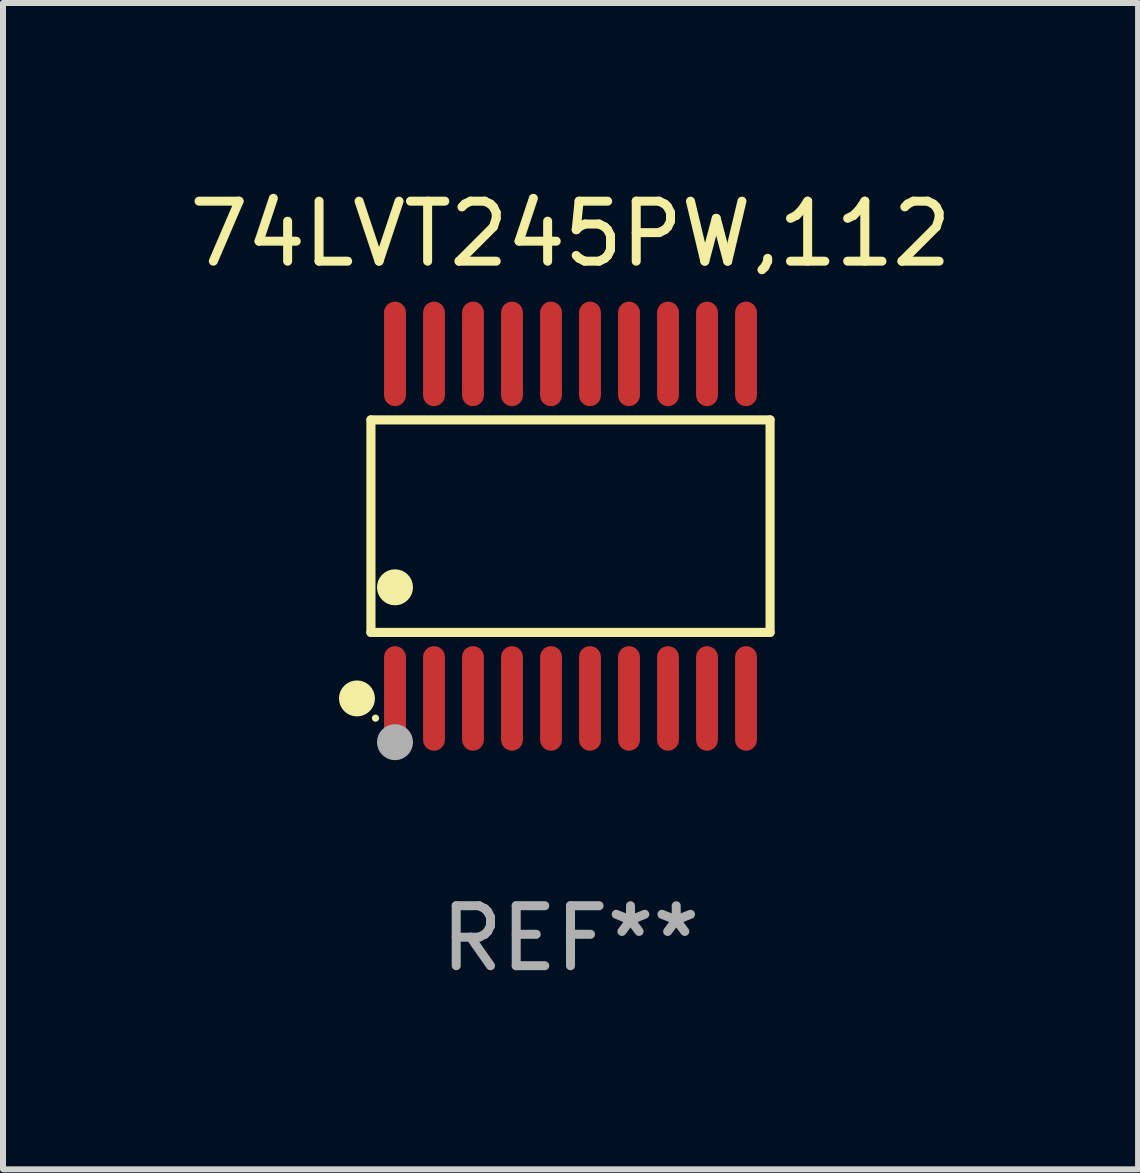
<source format=kicad_pcb>
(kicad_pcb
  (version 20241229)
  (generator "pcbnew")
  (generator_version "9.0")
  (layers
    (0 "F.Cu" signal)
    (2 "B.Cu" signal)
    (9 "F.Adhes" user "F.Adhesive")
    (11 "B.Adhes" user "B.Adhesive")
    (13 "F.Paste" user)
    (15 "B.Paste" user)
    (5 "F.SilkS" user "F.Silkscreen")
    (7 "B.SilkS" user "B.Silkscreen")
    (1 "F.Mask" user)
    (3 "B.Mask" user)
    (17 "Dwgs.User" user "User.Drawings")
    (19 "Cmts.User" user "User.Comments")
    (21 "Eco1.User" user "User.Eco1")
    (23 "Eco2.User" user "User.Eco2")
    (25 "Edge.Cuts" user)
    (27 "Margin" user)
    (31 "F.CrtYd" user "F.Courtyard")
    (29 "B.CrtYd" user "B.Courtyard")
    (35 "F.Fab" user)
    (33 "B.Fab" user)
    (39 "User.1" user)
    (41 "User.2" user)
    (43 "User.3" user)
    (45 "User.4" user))
  (footprint "74LVT245PW,112"
    (layer "F.Cu")
    (at 6.458 5.719)
    (property "Reference" "74LVT245PW,112" (at 0 -4.871 0) (layer "F.SilkS") (effects (font (size 1 1) (thickness 0.15))))
    (attr through_hole)
    (fp_line (start -3.326 -1.771) (end 3.326 -1.771) (stroke (width 0.152) (type solid)) (layer "F.SilkS"))
    (fp_line (start -3.326 1.771) (end -3.326 -1.771) (stroke (width 0.152) (type solid)) (layer "F.SilkS"))
    (fp_line (start 3.326 -1.771) (end 3.326 1.771) (stroke (width 0.152) (type solid)) (layer "F.SilkS"))
    (fp_line (start 3.326 1.771) (end -3.326 1.771) (stroke (width 0.152) (type solid)) (layer "F.SilkS"))
    (fp_circle (center -3.559 2.871) (end -3.409 2.871) (stroke (width 0.3) (type solid)) (fill no) (layer "F.SilkS"))
    (fp_circle (center -3.25 3.2) (end -3.22 3.2) (stroke (width 0.06) (type solid)) (fill no) (layer "F.SilkS"))
    (fp_circle (center -2.925 1.019) (end -2.775 1.019) (stroke (width 0.3) (type solid)) (fill no) (layer "F.SilkS"))
    (fp_circle (center -2.925 3.6) (end -2.775 3.6) (stroke (width 0.3) (type solid)) (fill no) (layer "F.Fab"))
    (fp_text user "REF**" (at 0 6.871 0) (layer "F.Fab") (effects (font (size 1 1) (thickness 0.15))))
    (pad "1" smd oval (at -2.925 2.871) (size 0.364 1.742) (layers "F.Cu" "F.Mask" "F.Paste"))
    (pad "2" smd oval (at -2.275 2.871) (size 0.364 1.742) (layers "F.Cu" "F.Mask" "F.Paste"))
    (pad "3" smd oval (at -1.625 2.871) (size 0.364 1.742) (layers "F.Cu" "F.Mask" "F.Paste"))
    (pad "4" smd oval (at -0.975 2.871) (size 0.364 1.742) (layers "F.Cu" "F.Mask" "F.Paste"))
    (pad "5" smd oval (at -0.325 2.871) (size 0.364 1.742) (layers "F.Cu" "F.Mask" "F.Paste"))
    (pad "6" smd oval (at 0.325 2.871) (size 0.364 1.742) (layers "F.Cu" "F.Mask" "F.Paste"))
    (pad "7" smd oval (at 0.975 2.871) (size 0.364 1.742) (layers "F.Cu" "F.Mask" "F.Paste"))
    (pad "8" smd oval (at 1.625 2.871) (size 0.364 1.742) (layers "F.Cu" "F.Mask" "F.Paste"))
    (pad "9" smd oval (at 2.275 2.871) (size 0.364 1.742) (layers "F.Cu" "F.Mask" "F.Paste"))
    (pad "10" smd oval (at 2.925 2.871) (size 0.364 1.742) (layers "F.Cu" "F.Mask" "F.Paste"))
    (pad "11" smd oval (at 2.925 -2.871) (size 0.364 1.742) (layers "F.Cu" "F.Mask" "F.Paste"))
    (pad "12" smd oval (at 2.275 -2.871) (size 0.364 1.742) (layers "F.Cu" "F.Mask" "F.Paste"))
    (pad "13" smd oval (at 1.625 -2.871) (size 0.364 1.742) (layers "F.Cu" "F.Mask" "F.Paste"))
    (pad "14" smd oval (at 0.975 -2.871) (size 0.364 1.742) (layers "F.Cu" "F.Mask" "F.Paste"))
    (pad "15" smd oval (at 0.325 -2.871) (size 0.364 1.742) (layers "F.Cu" "F.Mask" "F.Paste"))
    (pad "16" smd oval (at -0.325 -2.871) (size 0.364 1.742) (layers "F.Cu" "F.Mask" "F.Paste"))
    (pad "17" smd oval (at -0.975 -2.871) (size 0.364 1.742) (layers "F.Cu" "F.Mask" "F.Paste"))
    (pad "18" smd oval (at -1.625 -2.871) (size 0.364 1.742) (layers "F.Cu" "F.Mask" "F.Paste"))
    (pad "19" smd oval (at -2.275 -2.871) (size 0.364 1.742) (layers "F.Cu" "F.Mask" "F.Paste"))
    (pad "20" smd oval (at -2.925 -2.871) (size 0.364 1.742) (layers "F.Cu" "F.Mask" "F.Paste")))
  (gr_rect
    (start -3 -3)
    (end 15.917 16.438)
    (stroke (width 0.1) (type default))
    (fill no)
    (layer "Edge.Cuts")))
</source>
